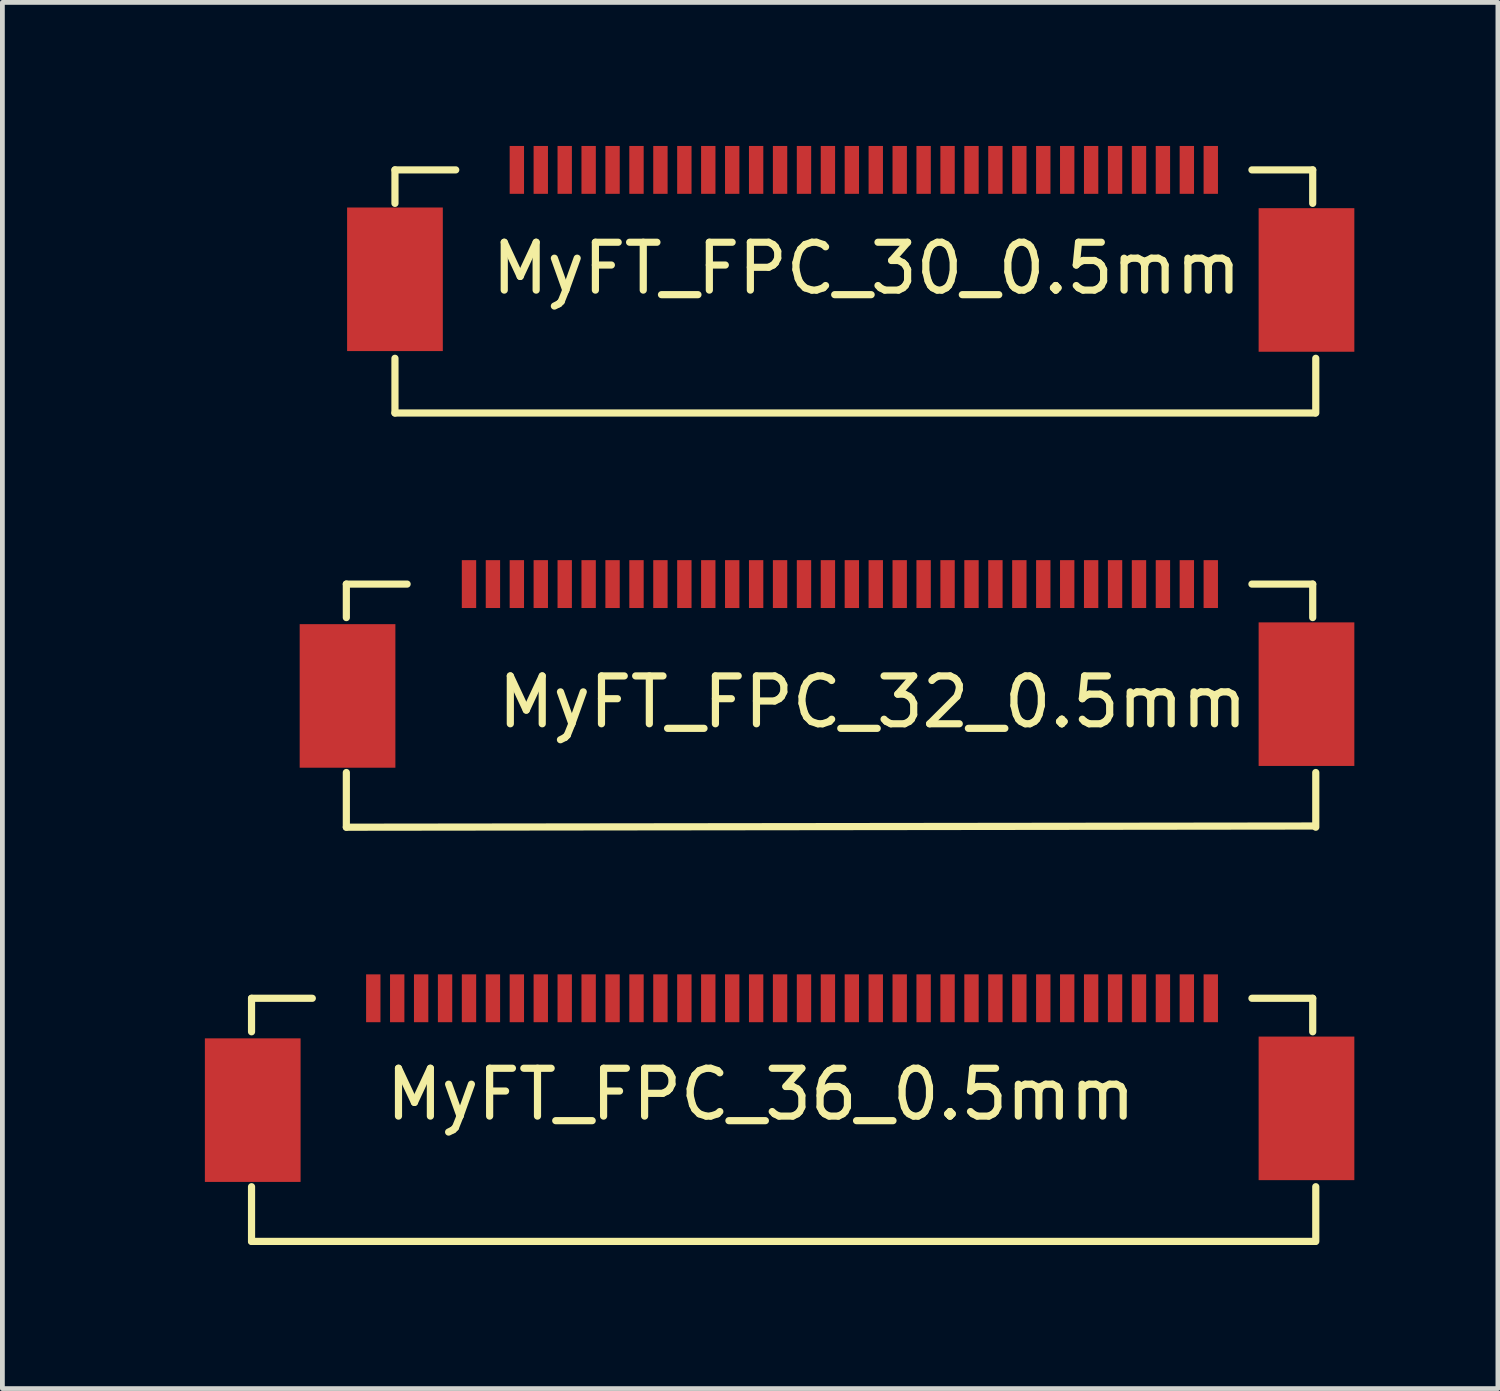
<source format=kicad_pcb>
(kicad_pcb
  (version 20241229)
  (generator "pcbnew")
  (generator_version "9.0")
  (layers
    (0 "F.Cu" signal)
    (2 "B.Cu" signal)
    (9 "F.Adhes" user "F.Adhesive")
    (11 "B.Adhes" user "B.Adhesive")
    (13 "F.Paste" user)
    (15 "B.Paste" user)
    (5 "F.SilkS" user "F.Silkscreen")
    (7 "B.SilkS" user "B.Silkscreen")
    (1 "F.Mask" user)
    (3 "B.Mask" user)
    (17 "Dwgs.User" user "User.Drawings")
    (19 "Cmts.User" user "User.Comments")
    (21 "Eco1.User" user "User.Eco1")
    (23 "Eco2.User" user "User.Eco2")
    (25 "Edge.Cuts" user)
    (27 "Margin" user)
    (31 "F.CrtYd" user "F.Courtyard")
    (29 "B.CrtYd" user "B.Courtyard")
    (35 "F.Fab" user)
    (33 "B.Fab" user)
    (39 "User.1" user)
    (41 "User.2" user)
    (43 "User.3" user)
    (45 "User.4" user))
  (footprint "MyFT_FPC_30_0.5mm"
    (layer "F.Cu")
    (at 0.25 0.5)
    (property "Reference" "MyFT_FPC_30_0.5mm" (at 14.808 2.057 0) (layer "F.SilkS") (effects (font (size 1 1) (thickness 0.15))))
    (attr through_hole)
    (fp_line (start 4.953 0) (end 4.953 0.7) (stroke (width 0.15) (type solid)) (layer "F.SilkS"))
    (fp_line (start 4.953 3.937) (end 4.953 5.08) (stroke (width 0.15) (type solid)) (layer "F.SilkS"))
    (fp_line (start 4.953 5.08) (end 24.181 5.08) (stroke (width 0.15) (type solid)) (layer "F.SilkS"))
    (fp_line (start 6.223 0) (end 4.953 0) (stroke (width 0.15) (type solid)) (layer "F.SilkS"))
    (fp_line (start 24.13 0) (end 22.86 0) (stroke (width 0.15) (type solid)) (layer "F.SilkS"))
    (fp_line (start 24.13 0.7) (end 24.13 0) (stroke (width 0.15) (type solid)) (layer "F.SilkS"))
    (fp_line (start 24.194 5.08) (end 24.194 3.937) (stroke (width 0.15) (type solid)) (layer "F.SilkS"))
    (pad "1" smd trapezoid (at 22 0) (size 0.3 1) (layers "F.Cu" "F.Mask" "F.Paste"))
    (pad "2" smd trapezoid (at 21.5 0) (size 0.3 1) (layers "F.Cu" "F.Mask" "F.Paste"))
    (pad "3" smd trapezoid (at 21 0) (size 0.3 1) (layers "F.Cu" "F.Mask" "F.Paste"))
    (pad "4" smd trapezoid (at 20.5 0) (size 0.3 1) (layers "F.Cu" "F.Mask" "F.Paste"))
    (pad "5" smd trapezoid (at 20 0) (size 0.3 1) (layers "F.Cu" "F.Mask" "F.Paste"))
    (pad "6" smd trapezoid (at 19.5 0) (size 0.3 1) (layers "F.Cu" "F.Mask" "F.Paste"))
    (pad "7" smd trapezoid (at 19 0) (size 0.3 1) (layers "F.Cu" "F.Mask" "F.Paste"))
    (pad "8" smd trapezoid (at 18.5 0) (size 0.3 1) (layers "F.Cu" "F.Mask" "F.Paste"))
    (pad "9" smd trapezoid (at 18 0) (size 0.3 1) (layers "F.Cu" "F.Mask" "F.Paste"))
    (pad "10" smd trapezoid (at 17.5 0) (size 0.3 1) (layers "F.Cu" "F.Mask" "F.Paste"))
    (pad "11" smd trapezoid (at 17 0) (size 0.3 1) (layers "F.Cu" "F.Mask" "F.Paste"))
    (pad "12" smd trapezoid (at 16.5 0) (size 0.3 1) (layers "F.Cu" "F.Mask" "F.Paste"))
    (pad "13" smd trapezoid (at 16 0) (size 0.3 1) (layers "F.Cu" "F.Mask" "F.Paste"))
    (pad "14" smd trapezoid (at 15.5 0) (size 0.3 1) (layers "F.Cu" "F.Mask" "F.Paste"))
    (pad "15" smd trapezoid (at 15 0) (size 0.3 1) (layers "F.Cu" "F.Mask" "F.Paste"))
    (pad "16" smd trapezoid (at 14.5 0) (size 0.3 1) (layers "F.Cu" "F.Mask" "F.Paste"))
    (pad "17" smd trapezoid (at 14 0) (size 0.3 1) (layers "F.Cu" "F.Mask" "F.Paste"))
    (pad "18" smd trapezoid (at 13.5 0) (size 0.3 1) (layers "F.Cu" "F.Mask" "F.Paste"))
    (pad "19" smd trapezoid (at 13 0) (size 0.3 1) (layers "F.Cu" "F.Mask" "F.Paste"))
    (pad "20" smd trapezoid (at 12.5 0) (size 0.3 1) (layers "F.Cu" "F.Mask" "F.Paste"))
    (pad "21" smd trapezoid (at 12 0) (size 0.3 1) (layers "F.Cu" "F.Mask" "F.Paste"))
    (pad "22" smd trapezoid (at 11.5 0) (size 0.3 1) (layers "F.Cu" "F.Mask" "F.Paste"))
    (pad "23" smd trapezoid (at 11 0) (size 0.3 1) (layers "F.Cu" "F.Mask" "F.Paste"))
    (pad "24" smd trapezoid (at 10.5 0) (size 0.3 1) (layers "F.Cu" "F.Mask" "F.Paste"))
    (pad "25" smd trapezoid (at 10 0) (size 0.3 1) (layers "F.Cu" "F.Mask" "F.Paste"))
    (pad "26" smd trapezoid (at 9.5 0) (size 0.3 1) (layers "F.Cu" "F.Mask" "F.Paste"))
    (pad "27" smd trapezoid (at 9 0) (size 0.3 1) (layers "F.Cu" "F.Mask" "F.Paste"))
    (pad "28" smd trapezoid (at 8.5 0) (size 0.3 1) (layers "F.Cu" "F.Mask" "F.Paste"))
    (pad "29" smd trapezoid (at 8 0) (size 0.3 1) (layers "F.Cu" "F.Mask" "F.Paste"))
    (pad "30" smd trapezoid (at 7.5 0) (size 0.3 1) (layers "F.Cu" "F.Mask" "F.Paste"))
    (pad "31" smd trapezoid (at 4.953 2.286) (size 2 3) (layers "F.Cu" "F.Mask" "F.Paste"))
    (pad "31" smd trapezoid (at 24 2.3) (size 2 3) (layers "F.Cu" "F.Mask" "F.Paste")))
  (footprint "MyFT_FPC_32_0.5mm"
    (layer "F.Cu")
    (at 0.25 9.155)
    (property "Reference" "MyFT_FPC_32_0.5mm" (at 14.935 2.464 0) (layer "F.SilkS") (effects (font (size 1 1) (thickness 0.15))))
    (attr through_hole)
    (fp_line (start 3.937 0) (end 3.937 0.7) (stroke (width 0.15) (type solid)) (layer "F.SilkS"))
    (fp_line (start 3.937 3.937) (end 3.937 5.08) (stroke (width 0.15) (type solid)) (layer "F.SilkS"))
    (fp_line (start 3.937 5.08) (end 24.155 5.055) (stroke (width 0.15) (type solid)) (layer "F.SilkS"))
    (fp_line (start 5.207 0) (end 3.937 0) (stroke (width 0.15) (type solid)) (layer "F.SilkS"))
    (fp_line (start 24.13 0) (end 22.86 0) (stroke (width 0.15) (type solid)) (layer "F.SilkS"))
    (fp_line (start 24.13 0.7) (end 24.13 0) (stroke (width 0.15) (type solid)) (layer "F.SilkS"))
    (fp_line (start 24.194 5.08) (end 24.194 3.937) (stroke (width 0.15) (type solid)) (layer "F.SilkS"))
    (pad "1" smd trapezoid (at 22 0) (size 0.3 1) (layers "F.Cu" "F.Mask" "F.Paste"))
    (pad "2" smd trapezoid (at 21.5 0) (size 0.3 1) (layers "F.Cu" "F.Mask" "F.Paste"))
    (pad "3" smd trapezoid (at 21 0) (size 0.3 1) (layers "F.Cu" "F.Mask" "F.Paste"))
    (pad "4" smd trapezoid (at 20.5 0) (size 0.3 1) (layers "F.Cu" "F.Mask" "F.Paste"))
    (pad "5" smd trapezoid (at 20 0) (size 0.3 1) (layers "F.Cu" "F.Mask" "F.Paste"))
    (pad "6" smd trapezoid (at 19.5 0) (size 0.3 1) (layers "F.Cu" "F.Mask" "F.Paste"))
    (pad "7" smd trapezoid (at 19 0) (size 0.3 1) (layers "F.Cu" "F.Mask" "F.Paste"))
    (pad "8" smd trapezoid (at 18.5 0) (size 0.3 1) (layers "F.Cu" "F.Mask" "F.Paste"))
    (pad "9" smd trapezoid (at 18 0) (size 0.3 1) (layers "F.Cu" "F.Mask" "F.Paste"))
    (pad "10" smd trapezoid (at 17.5 0) (size 0.3 1) (layers "F.Cu" "F.Mask" "F.Paste"))
    (pad "11" smd trapezoid (at 17 0) (size 0.3 1) (layers "F.Cu" "F.Mask" "F.Paste"))
    (pad "12" smd trapezoid (at 16.5 0) (size 0.3 1) (layers "F.Cu" "F.Mask" "F.Paste"))
    (pad "13" smd trapezoid (at 16 0) (size 0.3 1) (layers "F.Cu" "F.Mask" "F.Paste"))
    (pad "14" smd trapezoid (at 15.5 0) (size 0.3 1) (layers "F.Cu" "F.Mask" "F.Paste"))
    (pad "15" smd trapezoid (at 15 0) (size 0.3 1) (layers "F.Cu" "F.Mask" "F.Paste"))
    (pad "16" smd trapezoid (at 14.5 0) (size 0.3 1) (layers "F.Cu" "F.Mask" "F.Paste"))
    (pad "17" smd trapezoid (at 14 0) (size 0.3 1) (layers "F.Cu" "F.Mask" "F.Paste"))
    (pad "18" smd trapezoid (at 13.5 0) (size 0.3 1) (layers "F.Cu" "F.Mask" "F.Paste"))
    (pad "19" smd trapezoid (at 13 0) (size 0.3 1) (layers "F.Cu" "F.Mask" "F.Paste"))
    (pad "20" smd trapezoid (at 12.5 0) (size 0.3 1) (layers "F.Cu" "F.Mask" "F.Paste"))
    (pad "21" smd trapezoid (at 12 0) (size 0.3 1) (layers "F.Cu" "F.Mask" "F.Paste"))
    (pad "22" smd trapezoid (at 11.5 0) (size 0.3 1) (layers "F.Cu" "F.Mask" "F.Paste"))
    (pad "23" smd trapezoid (at 11 0) (size 0.3 1) (layers "F.Cu" "F.Mask" "F.Paste"))
    (pad "24" smd trapezoid (at 10.5 0) (size 0.3 1) (layers "F.Cu" "F.Mask" "F.Paste"))
    (pad "25" smd trapezoid (at 10 0) (size 0.3 1) (layers "F.Cu" "F.Mask" "F.Paste"))
    (pad "26" smd trapezoid (at 9.5 0) (size 0.3 1) (layers "F.Cu" "F.Mask" "F.Paste"))
    (pad "27" smd trapezoid (at 9 0) (size 0.3 1) (layers "F.Cu" "F.Mask" "F.Paste"))
    (pad "28" smd trapezoid (at 8.5 0) (size 0.3 1) (layers "F.Cu" "F.Mask" "F.Paste"))
    (pad "29" smd trapezoid (at 8 0) (size 0.3 1) (layers "F.Cu" "F.Mask" "F.Paste"))
    (pad "30" smd trapezoid (at 7.5 0) (size 0.3 1) (layers "F.Cu" "F.Mask" "F.Paste"))
    (pad "31" smd trapezoid (at 7 0) (size 0.3 1) (layers "F.Cu" "F.Mask" "F.Paste"))
    (pad "32" smd trapezoid (at 6.5 0) (size 0.3 1) (layers "F.Cu" "F.Mask" "F.Paste"))
    (pad "33" smd trapezoid (at 3.962 2.337) (size 2 3) (layers "F.Cu" "F.Mask" "F.Paste"))
    (pad "33" smd trapezoid (at 24 2.3) (size 2 3) (layers "F.Cu" "F.Mask" "F.Paste")))
  (footprint "MyFT_FPC_36_0.5mm"
    (layer "F.Cu")
    (at 0.25 17.81)
    (property "Reference" "MyFT_FPC_36_0.5mm" (at 12.598 2.007 0) (layer "F.SilkS") (effects (font (size 1 1) (thickness 0.15))))
    (attr through_hole)
    (fp_line (start 1.956 0) (end 1.956 0.7) (stroke (width 0.15) (type solid)) (layer "F.SilkS"))
    (fp_line (start 1.956 3.937) (end 1.956 5.08) (stroke (width 0.15) (type solid)) (layer "F.SilkS"))
    (fp_line (start 1.956 5.08) (end 24.181 5.08) (stroke (width 0.15) (type solid)) (layer "F.SilkS"))
    (fp_line (start 3.226 0) (end 1.956 0) (stroke (width 0.15) (type solid)) (layer "F.SilkS"))
    (fp_line (start 24.13 0) (end 22.86 0) (stroke (width 0.15) (type solid)) (layer "F.SilkS"))
    (fp_line (start 24.13 0.7) (end 24.13 0) (stroke (width 0.15) (type solid)) (layer "F.SilkS"))
    (fp_line (start 24.194 5.08) (end 24.194 3.937) (stroke (width 0.15) (type solid)) (layer "F.SilkS"))
    (pad "1" smd trapezoid (at 22 0) (size 0.3 1) (layers "F.Cu" "F.Mask" "F.Paste"))
    (pad "2" smd trapezoid (at 21.5 0) (size 0.3 1) (layers "F.Cu" "F.Mask" "F.Paste"))
    (pad "3" smd trapezoid (at 21 0) (size 0.3 1) (layers "F.Cu" "F.Mask" "F.Paste"))
    (pad "4" smd trapezoid (at 20.5 0) (size 0.3 1) (layers "F.Cu" "F.Mask" "F.Paste"))
    (pad "5" smd trapezoid (at 20 0) (size 0.3 1) (layers "F.Cu" "F.Mask" "F.Paste"))
    (pad "6" smd trapezoid (at 19.5 0) (size 0.3 1) (layers "F.Cu" "F.Mask" "F.Paste"))
    (pad "7" smd trapezoid (at 19 0) (size 0.3 1) (layers "F.Cu" "F.Mask" "F.Paste"))
    (pad "8" smd trapezoid (at 18.5 0) (size 0.3 1) (layers "F.Cu" "F.Mask" "F.Paste"))
    (pad "9" smd trapezoid (at 18 0) (size 0.3 1) (layers "F.Cu" "F.Mask" "F.Paste"))
    (pad "10" smd trapezoid (at 17.5 0) (size 0.3 1) (layers "F.Cu" "F.Mask" "F.Paste"))
    (pad "11" smd trapezoid (at 17 0) (size 0.3 1) (layers "F.Cu" "F.Mask" "F.Paste"))
    (pad "12" smd trapezoid (at 16.5 0) (size 0.3 1) (layers "F.Cu" "F.Mask" "F.Paste"))
    (pad "13" smd trapezoid (at 16 0) (size 0.3 1) (layers "F.Cu" "F.Mask" "F.Paste"))
    (pad "14" smd trapezoid (at 15.5 0) (size 0.3 1) (layers "F.Cu" "F.Mask" "F.Paste"))
    (pad "15" smd trapezoid (at 15 0) (size 0.3 1) (layers "F.Cu" "F.Mask" "F.Paste"))
    (pad "16" smd trapezoid (at 14.5 0) (size 0.3 1) (layers "F.Cu" "F.Mask" "F.Paste"))
    (pad "17" smd trapezoid (at 14 0) (size 0.3 1) (layers "F.Cu" "F.Mask" "F.Paste"))
    (pad "18" smd trapezoid (at 13.5 0) (size 0.3 1) (layers "F.Cu" "F.Mask" "F.Paste"))
    (pad "19" smd trapezoid (at 13 0) (size 0.3 1) (layers "F.Cu" "F.Mask" "F.Paste"))
    (pad "20" smd trapezoid (at 12.5 0) (size 0.3 1) (layers "F.Cu" "F.Mask" "F.Paste"))
    (pad "21" smd trapezoid (at 12 0) (size 0.3 1) (layers "F.Cu" "F.Mask" "F.Paste"))
    (pad "22" smd trapezoid (at 11.5 0) (size 0.3 1) (layers "F.Cu" "F.Mask" "F.Paste"))
    (pad "23" smd trapezoid (at 11 0) (size 0.3 1) (layers "F.Cu" "F.Mask" "F.Paste"))
    (pad "24" smd trapezoid (at 10.5 0) (size 0.3 1) (layers "F.Cu" "F.Mask" "F.Paste"))
    (pad "25" smd trapezoid (at 10 0) (size 0.3 1) (layers "F.Cu" "F.Mask" "F.Paste"))
    (pad "26" smd trapezoid (at 9.5 0) (size 0.3 1) (layers "F.Cu" "F.Mask" "F.Paste"))
    (pad "27" smd trapezoid (at 9 0) (size 0.3 1) (layers "F.Cu" "F.Mask" "F.Paste"))
    (pad "28" smd trapezoid (at 8.5 0) (size 0.3 1) (layers "F.Cu" "F.Mask" "F.Paste"))
    (pad "29" smd trapezoid (at 8 0) (size 0.3 1) (layers "F.Cu" "F.Mask" "F.Paste"))
    (pad "30" smd trapezoid (at 7.5 0) (size 0.3 1) (layers "F.Cu" "F.Mask" "F.Paste"))
    (pad "31" smd trapezoid (at 7 0) (size 0.3 1) (layers "F.Cu" "F.Mask" "F.Paste"))
    (pad "32" smd trapezoid (at 6.5 0) (size 0.3 1) (layers "F.Cu" "F.Mask" "F.Paste"))
    (pad "33" smd trapezoid (at 6 0) (size 0.3 1) (layers "F.Cu" "F.Mask" "F.Paste"))
    (pad "34" smd trapezoid (at 5.5 0) (size 0.3 1) (layers "F.Cu" "F.Mask" "F.Paste"))
    (pad "35" smd trapezoid (at 5 0) (size 0.3 1) (layers "F.Cu" "F.Mask" "F.Paste"))
    (pad "36" smd trapezoid (at 4.5 0) (size 0.3 1) (layers "F.Cu" "F.Mask" "F.Paste"))
    (pad "37" smd trapezoid (at 1.981 2.337) (size 2 3) (layers "F.Cu" "F.Mask" "F.Paste"))
    (pad "37" smd trapezoid (at 24 2.3) (size 2 3) (layers "F.Cu" "F.Mask" "F.Paste")))
  (gr_rect
    (start -3 -3)
    (end 28.25 25.965)
    (stroke (width 0.1) (type default))
    (fill no)
    (layer "Edge.Cuts")))
</source>
